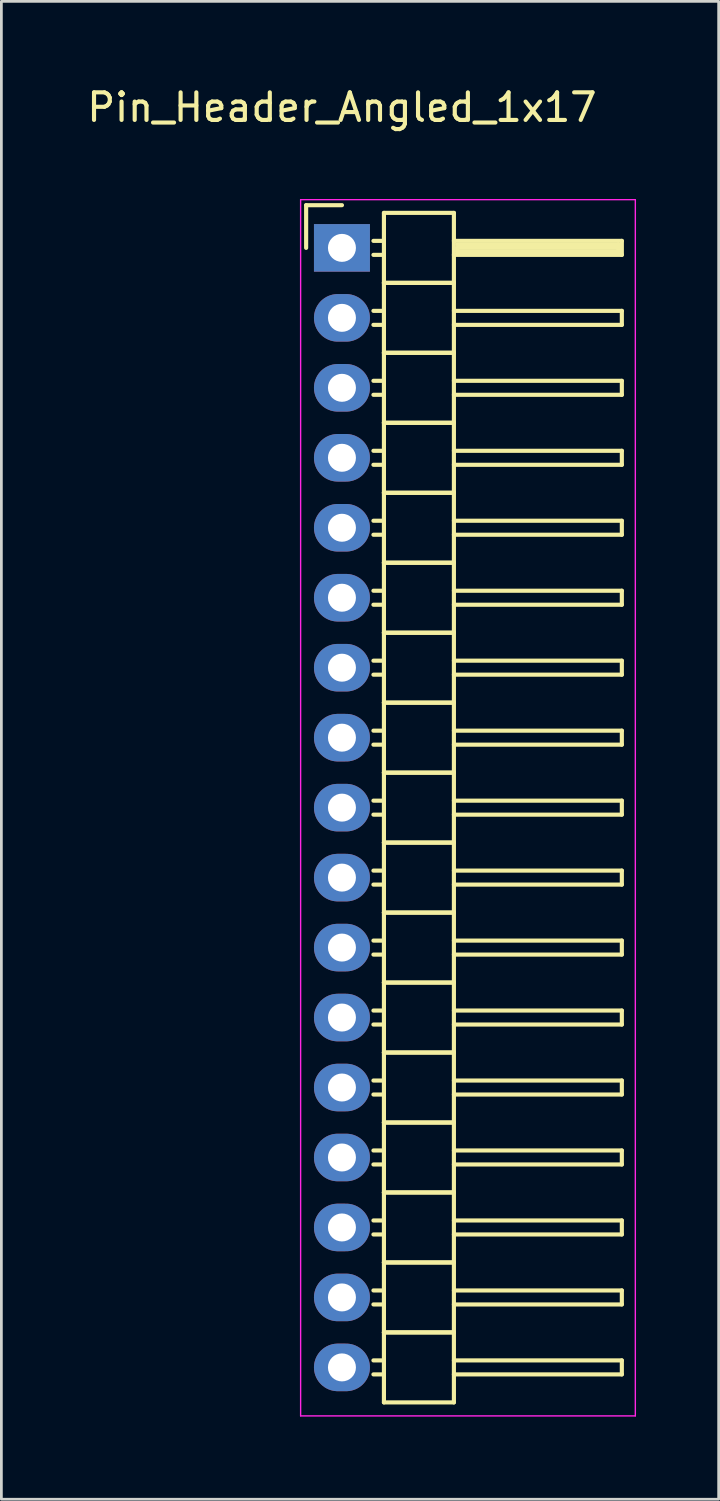
<source format=kicad_pcb>
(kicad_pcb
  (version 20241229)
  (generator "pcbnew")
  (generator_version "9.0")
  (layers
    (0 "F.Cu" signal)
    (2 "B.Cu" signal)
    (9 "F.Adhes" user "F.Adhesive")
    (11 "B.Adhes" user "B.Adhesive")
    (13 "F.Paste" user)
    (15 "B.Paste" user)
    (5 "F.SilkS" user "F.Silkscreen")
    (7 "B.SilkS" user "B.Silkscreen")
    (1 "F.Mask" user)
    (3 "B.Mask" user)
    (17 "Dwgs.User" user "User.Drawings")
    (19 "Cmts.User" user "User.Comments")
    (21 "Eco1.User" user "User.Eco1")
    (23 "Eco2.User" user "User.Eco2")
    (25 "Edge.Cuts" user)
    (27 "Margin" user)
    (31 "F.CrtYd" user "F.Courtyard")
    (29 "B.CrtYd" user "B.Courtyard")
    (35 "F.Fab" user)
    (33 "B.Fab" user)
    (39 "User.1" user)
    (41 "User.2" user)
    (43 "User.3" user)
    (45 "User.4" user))
  (footprint "Pin_Header_Angled_1x17"
    (layer "F.Cu")
    (at 9.363 5.948)
    (property "Reference" "Pin_Header_Angled_1x17" (at 0 -5.1 0) (layer "F.SilkS") (effects (font (size 1 1) (thickness 0.15))))
    (attr through_hole)
    (fp_line (start -1.3 -1.55) (end -1.3 0) (stroke (width 0.15) (type solid)) (layer "F.SilkS"))
    (fp_line (start 0 -1.55) (end -1.3 -1.55) (stroke (width 0.15) (type solid)) (layer "F.SilkS"))
    (fp_line (start 1.524 -1.27) (end 1.524 1.27) (stroke (width 0.15) (type solid)) (layer "F.SilkS"))
    (fp_line (start 1.524 -1.27) (end 4.064 -1.27) (stroke (width 0.15) (type solid)) (layer "F.SilkS"))
    (fp_line (start 1.524 -0.254) (end 1.143 -0.254) (stroke (width 0.15) (type solid)) (layer "F.SilkS"))
    (fp_line (start 1.524 0.254) (end 1.143 0.254) (stroke (width 0.15) (type solid)) (layer "F.SilkS"))
    (fp_line (start 1.524 1.27) (end 1.524 3.81) (stroke (width 0.15) (type solid)) (layer "F.SilkS"))
    (fp_line (start 1.524 1.27) (end 4.064 1.27) (stroke (width 0.15) (type solid)) (layer "F.SilkS"))
    (fp_line (start 1.524 1.27) (end 4.064 1.27) (stroke (width 0.15) (type solid)) (layer "F.SilkS"))
    (fp_line (start 1.524 2.286) (end 1.143 2.286) (stroke (width 0.15) (type solid)) (layer "F.SilkS"))
    (fp_line (start 1.524 2.794) (end 1.143 2.794) (stroke (width 0.15) (type solid)) (layer "F.SilkS"))
    (fp_line (start 1.524 3.81) (end 1.524 6.35) (stroke (width 0.15) (type solid)) (layer "F.SilkS"))
    (fp_line (start 1.524 3.81) (end 4.064 3.81) (stroke (width 0.15) (type solid)) (layer "F.SilkS"))
    (fp_line (start 1.524 3.81) (end 4.064 3.81) (stroke (width 0.15) (type solid)) (layer "F.SilkS"))
    (fp_line (start 1.524 4.826) (end 1.143 4.826) (stroke (width 0.15) (type solid)) (layer "F.SilkS"))
    (fp_line (start 1.524 5.334) (end 1.143 5.334) (stroke (width 0.15) (type solid)) (layer "F.SilkS"))
    (fp_line (start 1.524 6.35) (end 1.524 8.89) (stroke (width 0.15) (type solid)) (layer "F.SilkS"))
    (fp_line (start 1.524 6.35) (end 4.064 6.35) (stroke (width 0.15) (type solid)) (layer "F.SilkS"))
    (fp_line (start 1.524 6.35) (end 4.064 6.35) (stroke (width 0.15) (type solid)) (layer "F.SilkS"))
    (fp_line (start 1.524 7.366) (end 1.143 7.366) (stroke (width 0.15) (type solid)) (layer "F.SilkS"))
    (fp_line (start 1.524 7.874) (end 1.143 7.874) (stroke (width 0.15) (type solid)) (layer "F.SilkS"))
    (fp_line (start 1.524 8.89) (end 1.524 11.43) (stroke (width 0.15) (type solid)) (layer "F.SilkS"))
    (fp_line (start 1.524 8.89) (end 4.064 8.89) (stroke (width 0.15) (type solid)) (layer "F.SilkS"))
    (fp_line (start 1.524 8.89) (end 4.064 8.89) (stroke (width 0.15) (type solid)) (layer "F.SilkS"))
    (fp_line (start 1.524 9.906) (end 1.143 9.906) (stroke (width 0.15) (type solid)) (layer "F.SilkS"))
    (fp_line (start 1.524 10.414) (end 1.143 10.414) (stroke (width 0.15) (type solid)) (layer "F.SilkS"))
    (fp_line (start 1.524 11.43) (end 1.524 13.97) (stroke (width 0.15) (type solid)) (layer "F.SilkS"))
    (fp_line (start 1.524 11.43) (end 4.064 11.43) (stroke (width 0.15) (type solid)) (layer "F.SilkS"))
    (fp_line (start 1.524 11.43) (end 4.064 11.43) (stroke (width 0.15) (type solid)) (layer "F.SilkS"))
    (fp_line (start 1.524 12.446) (end 1.143 12.446) (stroke (width 0.15) (type solid)) (layer "F.SilkS"))
    (fp_line (start 1.524 12.954) (end 1.143 12.954) (stroke (width 0.15) (type solid)) (layer "F.SilkS"))
    (fp_line (start 1.524 13.97) (end 1.524 16.51) (stroke (width 0.15) (type solid)) (layer "F.SilkS"))
    (fp_line (start 1.524 13.97) (end 4.064 13.97) (stroke (width 0.15) (type solid)) (layer "F.SilkS"))
    (fp_line (start 1.524 13.97) (end 4.064 13.97) (stroke (width 0.15) (type solid)) (layer "F.SilkS"))
    (fp_line (start 1.524 14.986) (end 1.143 14.986) (stroke (width 0.15) (type solid)) (layer "F.SilkS"))
    (fp_line (start 1.524 15.494) (end 1.143 15.494) (stroke (width 0.15) (type solid)) (layer "F.SilkS"))
    (fp_line (start 1.524 16.51) (end 1.524 19.05) (stroke (width 0.15) (type solid)) (layer "F.SilkS"))
    (fp_line (start 1.524 16.51) (end 4.064 16.51) (stroke (width 0.15) (type solid)) (layer "F.SilkS"))
    (fp_line (start 1.524 16.51) (end 4.064 16.51) (stroke (width 0.15) (type solid)) (layer "F.SilkS"))
    (fp_line (start 1.524 17.526) (end 1.143 17.526) (stroke (width 0.15) (type solid)) (layer "F.SilkS"))
    (fp_line (start 1.524 18.034) (end 1.143 18.034) (stroke (width 0.15) (type solid)) (layer "F.SilkS"))
    (fp_line (start 1.524 19.05) (end 1.524 21.59) (stroke (width 0.15) (type solid)) (layer "F.SilkS"))
    (fp_line (start 1.524 19.05) (end 4.064 19.05) (stroke (width 0.15) (type solid)) (layer "F.SilkS"))
    (fp_line (start 1.524 19.05) (end 4.064 19.05) (stroke (width 0.15) (type solid)) (layer "F.SilkS"))
    (fp_line (start 1.524 20.066) (end 1.143 20.066) (stroke (width 0.15) (type solid)) (layer "F.SilkS"))
    (fp_line (start 1.524 20.574) (end 1.143 20.574) (stroke (width 0.15) (type solid)) (layer "F.SilkS"))
    (fp_line (start 1.524 21.59) (end 1.524 24.13) (stroke (width 0.15) (type solid)) (layer "F.SilkS"))
    (fp_line (start 1.524 21.59) (end 4.064 21.59) (stroke (width 0.15) (type solid)) (layer "F.SilkS"))
    (fp_line (start 1.524 21.59) (end 4.064 21.59) (stroke (width 0.15) (type solid)) (layer "F.SilkS"))
    (fp_line (start 1.524 22.606) (end 1.143 22.606) (stroke (width 0.15) (type solid)) (layer "F.SilkS"))
    (fp_line (start 1.524 23.114) (end 1.143 23.114) (stroke (width 0.15) (type solid)) (layer "F.SilkS"))
    (fp_line (start 1.524 24.13) (end 1.524 26.67) (stroke (width 0.15) (type solid)) (layer "F.SilkS"))
    (fp_line (start 1.524 24.13) (end 4.064 24.13) (stroke (width 0.15) (type solid)) (layer "F.SilkS"))
    (fp_line (start 1.524 24.13) (end 4.064 24.13) (stroke (width 0.15) (type solid)) (layer "F.SilkS"))
    (fp_line (start 1.524 25.146) (end 1.143 25.146) (stroke (width 0.15) (type solid)) (layer "F.SilkS"))
    (fp_line (start 1.524 25.654) (end 1.143 25.654) (stroke (width 0.15) (type solid)) (layer "F.SilkS"))
    (fp_line (start 1.524 26.67) (end 1.524 29.21) (stroke (width 0.15) (type solid)) (layer "F.SilkS"))
    (fp_line (start 1.524 26.67) (end 4.064 26.67) (stroke (width 0.15) (type solid)) (layer "F.SilkS"))
    (fp_line (start 1.524 26.67) (end 4.064 26.67) (stroke (width 0.15) (type solid)) (layer "F.SilkS"))
    (fp_line (start 1.524 27.686) (end 1.143 27.686) (stroke (width 0.15) (type solid)) (layer "F.SilkS"))
    (fp_line (start 1.524 28.194) (end 1.143 28.194) (stroke (width 0.15) (type solid)) (layer "F.SilkS"))
    (fp_line (start 1.524 29.21) (end 1.524 31.75) (stroke (width 0.15) (type solid)) (layer "F.SilkS"))
    (fp_line (start 1.524 29.21) (end 4.064 29.21) (stroke (width 0.15) (type solid)) (layer "F.SilkS"))
    (fp_line (start 1.524 29.21) (end 4.064 29.21) (stroke (width 0.15) (type solid)) (layer "F.SilkS"))
    (fp_line (start 1.524 30.226) (end 1.143 30.226) (stroke (width 0.15) (type solid)) (layer "F.SilkS"))
    (fp_line (start 1.524 30.734) (end 1.143 30.734) (stroke (width 0.15) (type solid)) (layer "F.SilkS"))
    (fp_line (start 1.524 31.75) (end 1.524 34.29) (stroke (width 0.15) (type solid)) (layer "F.SilkS"))
    (fp_line (start 1.524 31.75) (end 4.064 31.75) (stroke (width 0.15) (type solid)) (layer "F.SilkS"))
    (fp_line (start 1.524 31.75) (end 4.064 31.75) (stroke (width 0.15) (type solid)) (layer "F.SilkS"))
    (fp_line (start 1.524 32.766) (end 1.143 32.766) (stroke (width 0.15) (type solid)) (layer "F.SilkS"))
    (fp_line (start 1.524 33.274) (end 1.143 33.274) (stroke (width 0.15) (type solid)) (layer "F.SilkS"))
    (fp_line (start 1.524 34.29) (end 1.524 36.83) (stroke (width 0.15) (type solid)) (layer "F.SilkS"))
    (fp_line (start 1.524 34.29) (end 4.064 34.29) (stroke (width 0.15) (type solid)) (layer "F.SilkS"))
    (fp_line (start 1.524 34.29) (end 4.064 34.29) (stroke (width 0.15) (type solid)) (layer "F.SilkS"))
    (fp_line (start 1.524 35.306) (end 1.143 35.306) (stroke (width 0.15) (type solid)) (layer "F.SilkS"))
    (fp_line (start 1.524 35.814) (end 1.143 35.814) (stroke (width 0.15) (type solid)) (layer "F.SilkS"))
    (fp_line (start 1.524 36.83) (end 1.524 39.37) (stroke (width 0.15) (type solid)) (layer "F.SilkS"))
    (fp_line (start 1.524 36.83) (end 4.064 36.83) (stroke (width 0.15) (type solid)) (layer "F.SilkS"))
    (fp_line (start 1.524 36.83) (end 4.064 36.83) (stroke (width 0.15) (type solid)) (layer "F.SilkS"))
    (fp_line (start 1.524 37.846) (end 1.143 37.846) (stroke (width 0.15) (type solid)) (layer "F.SilkS"))
    (fp_line (start 1.524 38.354) (end 1.143 38.354) (stroke (width 0.15) (type solid)) (layer "F.SilkS"))
    (fp_line (start 1.524 39.37) (end 1.524 41.91) (stroke (width 0.15) (type solid)) (layer "F.SilkS"))
    (fp_line (start 1.524 39.37) (end 4.064 39.37) (stroke (width 0.15) (type solid)) (layer "F.SilkS"))
    (fp_line (start 1.524 39.37) (end 4.064 39.37) (stroke (width 0.15) (type solid)) (layer "F.SilkS"))
    (fp_line (start 1.524 40.386) (end 1.143 40.386) (stroke (width 0.15) (type solid)) (layer "F.SilkS"))
    (fp_line (start 1.524 40.894) (end 1.143 40.894) (stroke (width 0.15) (type solid)) (layer "F.SilkS"))
    (fp_line (start 1.524 41.91) (end 4.064 41.91) (stroke (width 0.15) (type solid)) (layer "F.SilkS"))
    (fp_line (start 4.064 -0.254) (end 10.16 -0.254) (stroke (width 0.15) (type solid)) (layer "F.SilkS"))
    (fp_line (start 4.064 1.27) (end 4.064 -1.27) (stroke (width 0.15) (type solid)) (layer "F.SilkS"))
    (fp_line (start 4.064 2.286) (end 10.16 2.286) (stroke (width 0.15) (type solid)) (layer "F.SilkS"))
    (fp_line (start 4.064 3.81) (end 4.064 1.27) (stroke (width 0.15) (type solid)) (layer "F.SilkS"))
    (fp_line (start 4.064 4.826) (end 10.16 4.826) (stroke (width 0.15) (type solid)) (layer "F.SilkS"))
    (fp_line (start 4.064 6.35) (end 4.064 3.81) (stroke (width 0.15) (type solid)) (layer "F.SilkS"))
    (fp_line (start 4.064 7.366) (end 10.16 7.366) (stroke (width 0.15) (type solid)) (layer "F.SilkS"))
    (fp_line (start 4.064 8.89) (end 4.064 6.35) (stroke (width 0.15) (type solid)) (layer "F.SilkS"))
    (fp_line (start 4.064 9.906) (end 10.16 9.906) (stroke (width 0.15) (type solid)) (layer "F.SilkS"))
    (fp_line (start 4.064 11.43) (end 4.064 8.89) (stroke (width 0.15) (type solid)) (layer "F.SilkS"))
    (fp_line (start 4.064 12.446) (end 10.16 12.446) (stroke (width 0.15) (type solid)) (layer "F.SilkS"))
    (fp_line (start 4.064 13.97) (end 4.064 11.43) (stroke (width 0.15) (type solid)) (layer "F.SilkS"))
    (fp_line (start 4.064 14.986) (end 10.16 14.986) (stroke (width 0.15) (type solid)) (layer "F.SilkS"))
    (fp_line (start 4.064 16.51) (end 4.064 13.97) (stroke (width 0.15) (type solid)) (layer "F.SilkS"))
    (fp_line (start 4.064 17.526) (end 10.16 17.526) (stroke (width 0.15) (type solid)) (layer "F.SilkS"))
    (fp_line (start 4.064 19.05) (end 4.064 16.51) (stroke (width 0.15) (type solid)) (layer "F.SilkS"))
    (fp_line (start 4.064 20.066) (end 10.16 20.066) (stroke (width 0.15) (type solid)) (layer "F.SilkS"))
    (fp_line (start 4.064 21.59) (end 4.064 19.05) (stroke (width 0.15) (type solid)) (layer "F.SilkS"))
    (fp_line (start 4.064 22.606) (end 10.16 22.606) (stroke (width 0.15) (type solid)) (layer "F.SilkS"))
    (fp_line (start 4.064 24.13) (end 4.064 21.59) (stroke (width 0.15) (type solid)) (layer "F.SilkS"))
    (fp_line (start 4.064 25.146) (end 10.16 25.146) (stroke (width 0.15) (type solid)) (layer "F.SilkS"))
    (fp_line (start 4.064 26.67) (end 4.064 24.13) (stroke (width 0.15) (type solid)) (layer "F.SilkS"))
    (fp_line (start 4.064 27.686) (end 10.16 27.686) (stroke (width 0.15) (type solid)) (layer "F.SilkS"))
    (fp_line (start 4.064 29.21) (end 4.064 26.67) (stroke (width 0.15) (type solid)) (layer "F.SilkS"))
    (fp_line (start 4.064 30.226) (end 10.16 30.226) (stroke (width 0.15) (type solid)) (layer "F.SilkS"))
    (fp_line (start 4.064 31.75) (end 4.064 29.21) (stroke (width 0.15) (type solid)) (layer "F.SilkS"))
    (fp_line (start 4.064 32.766) (end 10.16 32.766) (stroke (width 0.15) (type solid)) (layer "F.SilkS"))
    (fp_line (start 4.064 34.29) (end 4.064 31.75) (stroke (width 0.15) (type solid)) (layer "F.SilkS"))
    (fp_line (start 4.064 35.306) (end 10.16 35.306) (stroke (width 0.15) (type solid)) (layer "F.SilkS"))
    (fp_line (start 4.064 36.83) (end 4.064 34.29) (stroke (width 0.15) (type solid)) (layer "F.SilkS"))
    (fp_line (start 4.064 37.846) (end 10.16 37.846) (stroke (width 0.15) (type solid)) (layer "F.SilkS"))
    (fp_line (start 4.064 39.37) (end 4.064 36.83) (stroke (width 0.15) (type solid)) (layer "F.SilkS"))
    (fp_line (start 4.064 40.386) (end 10.16 40.386) (stroke (width 0.15) (type solid)) (layer "F.SilkS"))
    (fp_line (start 4.064 41.91) (end 4.064 39.37) (stroke (width 0.15) (type solid)) (layer "F.SilkS"))
    (fp_line (start 4.191 -0.127) (end 10.033 -0.127) (stroke (width 0.15) (type solid)) (layer "F.SilkS"))
    (fp_line (start 4.191 0) (end 10.033 0) (stroke (width 0.15) (type solid)) (layer "F.SilkS"))
    (fp_line (start 4.191 0.127) (end 4.191 0) (stroke (width 0.15) (type solid)) (layer "F.SilkS"))
    (fp_line (start 10.033 -0.127) (end 10.033 0.127) (stroke (width 0.15) (type solid)) (layer "F.SilkS"))
    (fp_line (start 10.033 0.127) (end 4.191 0.127) (stroke (width 0.15) (type solid)) (layer "F.SilkS"))
    (fp_line (start 10.16 -0.254) (end 10.16 0.254) (stroke (width 0.15) (type solid)) (layer "F.SilkS"))
    (fp_line (start 10.16 0.254) (end 4.064 0.254) (stroke (width 0.15) (type solid)) (layer "F.SilkS"))
    (fp_line (start 10.16 2.286) (end 10.16 2.794) (stroke (width 0.15) (type solid)) (layer "F.SilkS"))
    (fp_line (start 10.16 2.794) (end 4.064 2.794) (stroke (width 0.15) (type solid)) (layer "F.SilkS"))
    (fp_line (start 10.16 4.826) (end 10.16 5.334) (stroke (width 0.15) (type solid)) (layer "F.SilkS"))
    (fp_line (start 10.16 5.334) (end 4.064 5.334) (stroke (width 0.15) (type solid)) (layer "F.SilkS"))
    (fp_line (start 10.16 7.366) (end 10.16 7.874) (stroke (width 0.15) (type solid)) (layer "F.SilkS"))
    (fp_line (start 10.16 7.874) (end 4.064 7.874) (stroke (width 0.15) (type solid)) (layer "F.SilkS"))
    (fp_line (start 10.16 9.906) (end 10.16 10.414) (stroke (width 0.15) (type solid)) (layer "F.SilkS"))
    (fp_line (start 10.16 10.414) (end 4.064 10.414) (stroke (width 0.15) (type solid)) (layer "F.SilkS"))
    (fp_line (start 10.16 12.446) (end 10.16 12.954) (stroke (width 0.15) (type solid)) (layer "F.SilkS"))
    (fp_line (start 10.16 12.954) (end 4.064 12.954) (stroke (width 0.15) (type solid)) (layer "F.SilkS"))
    (fp_line (start 10.16 14.986) (end 10.16 15.494) (stroke (width 0.15) (type solid)) (layer "F.SilkS"))
    (fp_line (start 10.16 15.494) (end 4.064 15.494) (stroke (width 0.15) (type solid)) (layer "F.SilkS"))
    (fp_line (start 10.16 17.526) (end 10.16 18.034) (stroke (width 0.15) (type solid)) (layer "F.SilkS"))
    (fp_line (start 10.16 18.034) (end 4.064 18.034) (stroke (width 0.15) (type solid)) (layer "F.SilkS"))
    (fp_line (start 10.16 20.066) (end 10.16 20.574) (stroke (width 0.15) (type solid)) (layer "F.SilkS"))
    (fp_line (start 10.16 20.574) (end 4.064 20.574) (stroke (width 0.15) (type solid)) (layer "F.SilkS"))
    (fp_line (start 10.16 22.606) (end 10.16 23.114) (stroke (width 0.15) (type solid)) (layer "F.SilkS"))
    (fp_line (start 10.16 23.114) (end 4.064 23.114) (stroke (width 0.15) (type solid)) (layer "F.SilkS"))
    (fp_line (start 10.16 25.146) (end 10.16 25.654) (stroke (width 0.15) (type solid)) (layer "F.SilkS"))
    (fp_line (start 10.16 25.654) (end 4.064 25.654) (stroke (width 0.15) (type solid)) (layer "F.SilkS"))
    (fp_line (start 10.16 27.686) (end 10.16 28.194) (stroke (width 0.15) (type solid)) (layer "F.SilkS"))
    (fp_line (start 10.16 28.194) (end 4.064 28.194) (stroke (width 0.15) (type solid)) (layer "F.SilkS"))
    (fp_line (start 10.16 30.226) (end 10.16 30.734) (stroke (width 0.15) (type solid)) (layer "F.SilkS"))
    (fp_line (start 10.16 30.734) (end 4.064 30.734) (stroke (width 0.15) (type solid)) (layer "F.SilkS"))
    (fp_line (start 10.16 32.766) (end 10.16 33.274) (stroke (width 0.15) (type solid)) (layer "F.SilkS"))
    (fp_line (start 10.16 33.274) (end 4.064 33.274) (stroke (width 0.15) (type solid)) (layer "F.SilkS"))
    (fp_line (start 10.16 35.306) (end 10.16 35.814) (stroke (width 0.15) (type solid)) (layer "F.SilkS"))
    (fp_line (start 10.16 35.814) (end 4.064 35.814) (stroke (width 0.15) (type solid)) (layer "F.SilkS"))
    (fp_line (start 10.16 37.846) (end 10.16 38.354) (stroke (width 0.15) (type solid)) (layer "F.SilkS"))
    (fp_line (start 10.16 38.354) (end 4.064 38.354) (stroke (width 0.15) (type solid)) (layer "F.SilkS"))
    (fp_line (start 10.16 40.386) (end 10.16 40.894) (stroke (width 0.15) (type solid)) (layer "F.SilkS"))
    (fp_line (start 10.16 40.894) (end 4.064 40.894) (stroke (width 0.15) (type solid)) (layer "F.SilkS"))
    (fp_line (start -1.5 -1.75) (end -1.5 42.4) (stroke (width 0.05) (type solid)) (layer "F.CrtYd"))
    (fp_line (start -1.5 -1.75) (end 10.65 -1.75) (stroke (width 0.05) (type solid)) (layer "F.CrtYd"))
    (fp_line (start -1.5 42.4) (end 10.65 42.4) (stroke (width 0.05) (type solid)) (layer "F.CrtYd"))
    (fp_line (start 10.65 -1.75) (end 10.65 42.4) (stroke (width 0.05) (type solid)) (layer "F.CrtYd"))
    (pad "1" thru_hole rect (at 0 0) (size 2.032 1.727) (drill 1.016) (layers "*.Cu" "*.Mask"))
    (pad "2" thru_hole oval (at 0 2.54) (size 2.032 1.727) (drill 1.016) (layers "*.Cu" "*.Mask"))
    (pad "3" thru_hole oval (at 0 5.08) (size 2.032 1.727) (drill 1.016) (layers "*.Cu" "*.Mask"))
    (pad "4" thru_hole oval (at 0 7.62) (size 2.032 1.727) (drill 1.016) (layers "*.Cu" "*.Mask"))
    (pad "5" thru_hole oval (at 0 10.16) (size 2.032 1.727) (drill 1.016) (layers "*.Cu" "*.Mask"))
    (pad "6" thru_hole oval (at 0 12.7) (size 2.032 1.727) (drill 1.016) (layers "*.Cu" "*.Mask"))
    (pad "7" thru_hole oval (at 0 15.24) (size 2.032 1.727) (drill 1.016) (layers "*.Cu" "*.Mask"))
    (pad "8" thru_hole oval (at 0 17.78) (size 2.032 1.727) (drill 1.016) (layers "*.Cu" "*.Mask"))
    (pad "9" thru_hole oval (at 0 20.32) (size 2.032 1.727) (drill 1.016) (layers "*.Cu" "*.Mask"))
    (pad "10" thru_hole oval (at 0 22.86) (size 2.032 1.727) (drill 1.016) (layers "*.Cu" "*.Mask"))
    (pad "11" thru_hole oval (at 0 25.4) (size 2.032 1.727) (drill 1.016) (layers "*.Cu" "*.Mask"))
    (pad "12" thru_hole oval (at 0 27.94) (size 2.032 1.727) (drill 1.016) (layers "*.Cu" "*.Mask"))
    (pad "13" thru_hole oval (at 0 30.48) (size 2.032 1.727) (drill 1.016) (layers "*.Cu" "*.Mask"))
    (pad "14" thru_hole oval (at 0 33.02) (size 2.032 1.727) (drill 1.016) (layers "*.Cu" "*.Mask"))
    (pad "15" thru_hole oval (at 0 35.56) (size 2.032 1.727) (drill 1.016) (layers "*.Cu" "*.Mask"))
    (pad "16" thru_hole oval (at 0 38.1) (size 2.032 1.727) (drill 1.016) (layers "*.Cu" "*.Mask"))
    (pad "17" thru_hole oval (at 0 40.64) (size 2.032 1.727) (drill 1.016) (layers "*.Cu" "*.Mask")))
  (gr_rect
    (start -3 -3)
    (end 23.038 51.373)
    (stroke (width 0.1) (type default))
    (fill no)
    (layer "Edge.Cuts")))
</source>
